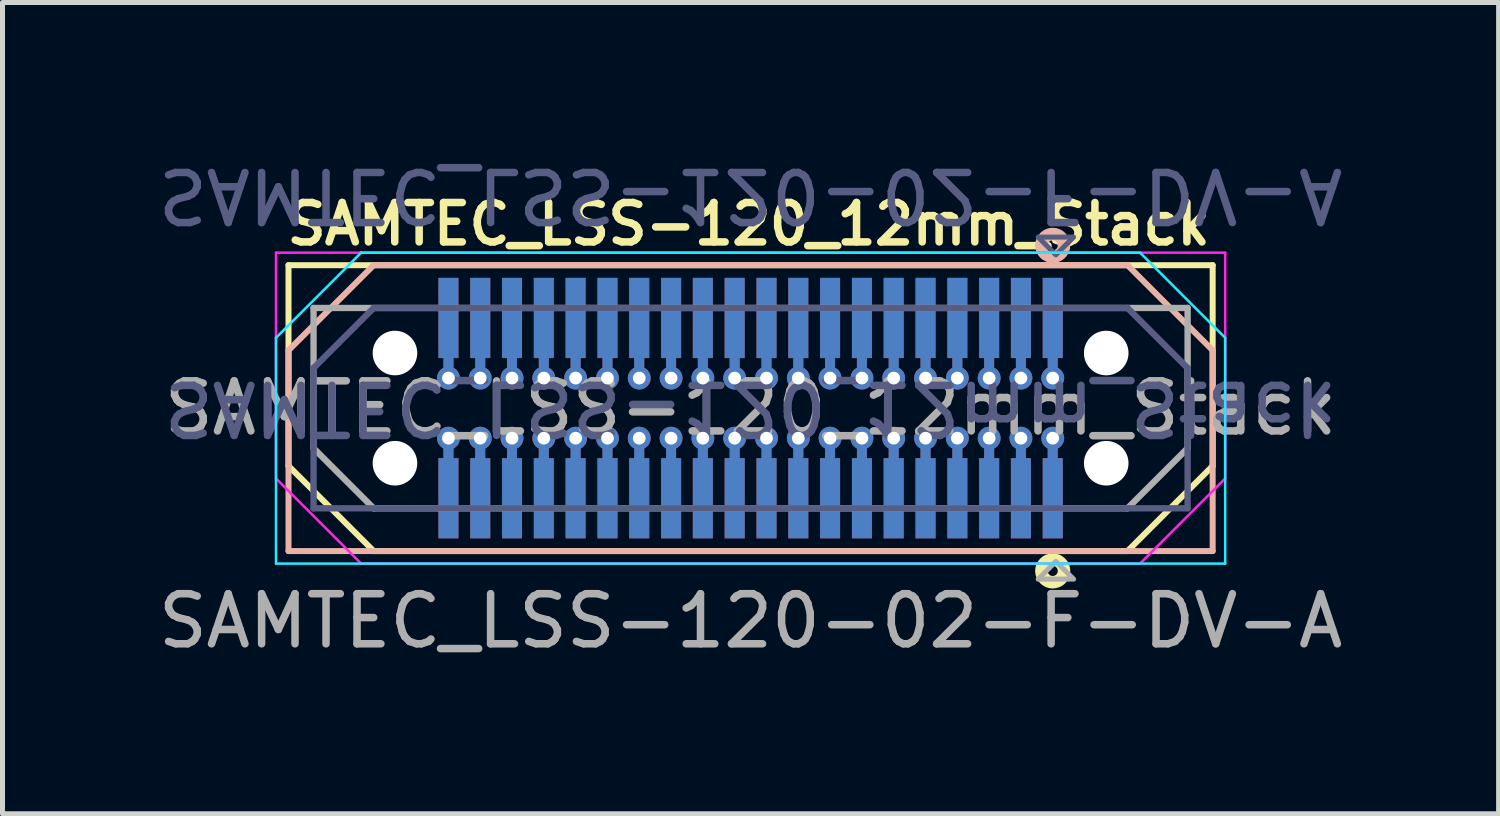
<source format=kicad_pcb>
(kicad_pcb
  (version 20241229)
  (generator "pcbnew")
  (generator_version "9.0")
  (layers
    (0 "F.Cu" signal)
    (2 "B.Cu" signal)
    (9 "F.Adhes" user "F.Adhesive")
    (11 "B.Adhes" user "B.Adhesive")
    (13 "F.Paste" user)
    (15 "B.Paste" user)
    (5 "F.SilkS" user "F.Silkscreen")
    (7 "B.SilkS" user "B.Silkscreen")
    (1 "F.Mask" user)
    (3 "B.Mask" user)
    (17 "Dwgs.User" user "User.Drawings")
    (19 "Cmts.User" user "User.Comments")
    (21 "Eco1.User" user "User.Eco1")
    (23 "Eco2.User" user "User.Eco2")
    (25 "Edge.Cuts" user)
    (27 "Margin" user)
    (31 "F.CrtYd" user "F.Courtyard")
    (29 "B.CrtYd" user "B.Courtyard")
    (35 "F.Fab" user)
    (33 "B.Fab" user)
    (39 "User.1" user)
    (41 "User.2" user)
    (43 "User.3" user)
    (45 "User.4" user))
  (footprint "SAMTEC_LSS-120_12mm_Stack"
    (layer "F.Cu")
    (at 11.935 5.098)
    (property "Reference" "SAMTEC_LSS-120_12mm_Stack" (at -0.04 -3.675 0) (layer "F.SilkS") (effects (font (size 0.787 0.787) (thickness 0.15))))
    (attr smd)
    (fp_line (start -9.225 -2.854) (end 9.225 -2.854) (stroke (width 0.12) (type solid)) (layer "F.SilkS"))
    (fp_line (start -9.225 1.154) (end -9.225 -2.854) (stroke (width 0.12) (type solid)) (layer "F.SilkS"))
    (fp_line (start -7.525 2.854) (end -9.225 1.154) (stroke (width 0.12) (type solid)) (layer "F.SilkS"))
    (fp_line (start 7.525 2.854) (end -7.525 2.854) (stroke (width 0.12) (type solid)) (layer "F.SilkS"))
    (fp_line (start 9.225 -2.854) (end 9.225 1.154) (stroke (width 0.12) (type solid)) (layer "F.SilkS"))
    (fp_line (start 9.225 1.154) (end 7.525 2.854) (stroke (width 0.12) (type solid)) (layer "F.SilkS"))
    (fp_circle (center 6.032 3.25) (end 6.133 3.25) (stroke (width 0.25) (type solid)) (fill no) (layer "F.SilkS"))
    (fp_line (start -9.225 -1.154) (end -9.225 2.854) (stroke (width 0.12) (type solid)) (layer "B.SilkS"))
    (fp_line (start -9.225 2.854) (end 9.225 2.854) (stroke (width 0.12) (type solid)) (layer "B.SilkS"))
    (fp_line (start -7.525 -2.854) (end -9.225 -1.154) (stroke (width 0.12) (type solid)) (layer "B.SilkS"))
    (fp_line (start 7.525 -2.854) (end -7.525 -2.854) (stroke (width 0.12) (type solid)) (layer "B.SilkS"))
    (fp_line (start 9.225 -1.154) (end 7.525 -2.854) (stroke (width 0.12) (type solid)) (layer "B.SilkS"))
    (fp_line (start 9.225 2.854) (end 9.225 -1.154) (stroke (width 0.12) (type solid)) (layer "B.SilkS"))
    (fp_circle (center 6.032 -3.25) (end 6.133 -3.25) (stroke (width 0.25) (type solid)) (fill no) (layer "B.SilkS"))
    (fp_line (start -9.475 -1.404) (end -9.475 3.104) (stroke (width 0.05) (type solid)) (layer "B.CrtYd"))
    (fp_line (start -9.475 3.104) (end 9.475 3.104) (stroke (width 0.05) (type solid)) (layer "B.CrtYd"))
    (fp_line (start -7.775 -3.104) (end -9.475 -1.404) (stroke (width 0.05) (type solid)) (layer "B.CrtYd"))
    (fp_line (start 7.775 -3.104) (end -7.775 -3.104) (stroke (width 0.05) (type solid)) (layer "B.CrtYd"))
    (fp_line (start 7.775 -3.104) (end 9.475 -1.404) (stroke (width 0.05) (type solid)) (layer "B.CrtYd"))
    (fp_line (start 9.475 -1.404) (end 9.475 3.104) (stroke (width 0.05) (type solid)) (layer "B.CrtYd"))
    (fp_line (start -9.475 -3.104) (end 9.475 -3.104) (stroke (width 0.05) (type solid)) (layer "F.CrtYd"))
    (fp_line (start -9.475 1.404) (end -9.475 -3.104) (stroke (width 0.05) (type solid)) (layer "F.CrtYd"))
    (fp_line (start -7.775 3.104) (end -9.475 1.404) (stroke (width 0.05) (type solid)) (layer "F.CrtYd"))
    (fp_line (start 7.775 3.104) (end -7.775 3.104) (stroke (width 0.05) (type solid)) (layer "F.CrtYd"))
    (fp_line (start 7.775 3.104) (end 9.475 1.404) (stroke (width 0.05) (type solid)) (layer "F.CrtYd"))
    (fp_line (start 9.475 1.404) (end 9.475 -3.104) (stroke (width 0.05) (type solid)) (layer "F.CrtYd"))
    (fp_line (start -8.725 -0.8) (end -8.725 2) (stroke (width 0.127) (type solid)) (layer "B.Fab"))
    (fp_line (start -8.725 2) (end 8.725 2) (stroke (width 0.127) (type solid)) (layer "B.Fab"))
    (fp_line (start -7.525 -2) (end -8.725 -0.8) (stroke (width 0.127) (type solid)) (layer "B.Fab"))
    (fp_line (start 7.525 -2) (end -7.525 -2) (stroke (width 0.127) (type solid)) (layer "B.Fab"))
    (fp_line (start 8.725 -0.8) (end 7.525 -2) (stroke (width 0.127) (type solid)) (layer "B.Fab"))
    (fp_line (start 8.725 2) (end 8.725 -0.8) (stroke (width 0.127) (type solid)) (layer "B.Fab"))
    (fp_poly (pts (xy 5.741 -3.414) (xy 6.095 -3.06) (xy 6.449 -3.414)) (stroke (width 0.1) (type solid)) (fill no) (layer "B.Fab"))
    (fp_line (start -8.725 -2) (end 8.725 -2) (stroke (width 0.127) (type solid)) (layer "F.Fab"))
    (fp_line (start -8.725 0.8) (end -8.725 -2) (stroke (width 0.127) (type solid)) (layer "F.Fab"))
    (fp_line (start -7.525 2) (end -8.725 0.8) (stroke (width 0.127) (type solid)) (layer "F.Fab"))
    (fp_line (start 7.525 2) (end -7.525 2) (stroke (width 0.127) (type solid)) (layer "F.Fab"))
    (fp_line (start 8.725 -2) (end 8.725 0.8) (stroke (width 0.127) (type solid)) (layer "F.Fab"))
    (fp_line (start 8.725 0.8) (end 7.525 2) (stroke (width 0.127) (type solid)) (layer "F.Fab"))
    (fp_poly (pts (xy 5.741 3.414) (xy 6.095 3.06) (xy 6.449 3.414)) (stroke (width 0.1) (type solid)) (fill no) (layer "F.Fab"))
    (fp_text user "SAMTEC_LSS-120-02-F-DV-A" (at 0 -4.25 180) (unlocked yes) (layer "B.Fab") (effects (font (size 1 1) (thickness 0.15)) (justify mirror)))
    (fp_text user "${REFERENCE}" (at 0 0 180) (unlocked yes) (layer "B.Fab") (effects (font (size 1 1) (thickness 0.15)) (justify mirror)))
    (fp_text user "SAMTEC_LSS-120-02-F-DV-A" (at 0 4.25 0) (unlocked yes) (layer "F.Fab") (effects (font (size 1 1) (thickness 0.15))))
    (fp_text user "${REFERENCE}" (at 0 0 0) (unlocked yes) (layer "F.Fab") (effects (font (size 1 1) (thickness 0.15))))
    (pad "" np_thru_hole circle (at -7.1 -1.1) (size 0.89 0.89) (drill 0.89) (layers "*.Cu" "*.Mask"))
    (pad "" np_thru_hole circle (at -7.1 1.1 180) (size 0.89 0.89) (drill 0.89) (layers "*.Cu" "*.Mask"))
    (pad "" np_thru_hole circle (at 7.1 -1.1) (size 0.89 0.89) (drill 0.89) (layers "*.Cu" "*.Mask"))
    (pad "" np_thru_hole circle (at 7.1 1.1 180) (size 0.89 0.89) (drill 0.89) (layers "*.Cu" "*.Mask"))
    (pad "1" thru_hole circle (at 6.032 0.6 180) (size 0.457 0.457) (drill 0.254) (layers "*.Cu" "*.Mask"))
    (pad "1" smd custom (at 6.032 1.8) (size 0.4 1.6) (layers "F.Cu" "F.Mask" "F.Paste") (options (anchor rect)) (primitives (gr_line (start 0 -1.2) (end 0 0) (width 0.2))))
    (pad "1" smd custom (at 6.032 1.8 180) (size 0.4 1.6) (layers "B.Cu" "B.Mask" "B.Paste") (options (anchor rect)) (primitives (gr_line (start 0 1.2) (end 0 0) (width 0.2))))
    (pad "2" smd custom (at 6.032 -1.8) (size 0.4 1.6) (layers "F.Cu" "F.Mask" "F.Paste") (options (anchor rect)) (primitives (gr_line (start 0 0) (end 0 1.2) (width 0.2))))
    (pad "2" smd custom (at 6.032 -1.8 180) (size 0.4 1.6) (layers "B.Cu" "B.Mask" "B.Paste") (options (anchor rect)) (primitives (gr_line (start 0 0) (end 0 -1.2) (width 0.2))))
    (pad "2" thru_hole circle (at 6.032 -0.6 180) (size 0.457 0.457) (drill 0.254) (layers "*.Cu" "*.Mask"))
    (pad "3" thru_hole circle (at 5.397 0.6 180) (size 0.457 0.457) (drill 0.254) (layers "*.Cu" "*.Mask"))
    (pad "3" smd custom (at 5.397 1.8) (size 0.4 1.6) (layers "F.Cu" "F.Mask" "F.Paste") (options (anchor rect)) (primitives (gr_line (start 0 -1.2) (end 0 0) (width 0.2))))
    (pad "3" smd custom (at 5.397 1.8 180) (size 0.4 1.6) (layers "B.Cu" "B.Mask" "B.Paste") (options (anchor rect)) (primitives (gr_line (start 0 1.2) (end 0 0) (width 0.2))))
    (pad "4" smd custom (at 5.397 -1.8) (size 0.4 1.6) (layers "F.Cu" "F.Mask" "F.Paste") (options (anchor rect)) (primitives (gr_line (start 0 0) (end 0 1.2) (width 0.2))))
    (pad "4" smd custom (at 5.397 -1.8 180) (size 0.4 1.6) (layers "B.Cu" "B.Mask" "B.Paste") (options (anchor rect)) (primitives (gr_line (start 0 0) (end 0 -1.2) (width 0.2))))
    (pad "4" thru_hole circle (at 5.397 -0.6 180) (size 0.457 0.457) (drill 0.254) (layers "*.Cu" "*.Mask"))
    (pad "5" thru_hole circle (at 4.763 0.6 180) (size 0.457 0.457) (drill 0.254) (layers "*.Cu" "*.Mask"))
    (pad "5" smd custom (at 4.763 1.8) (size 0.4 1.6) (layers "F.Cu" "F.Mask" "F.Paste") (options (anchor rect)) (primitives (gr_line (start 0 -1.2) (end 0 0) (width 0.2))))
    (pad "5" smd custom (at 4.763 1.8 180) (size 0.4 1.6) (layers "B.Cu" "B.Mask" "B.Paste") (options (anchor rect)) (primitives (gr_line (start 0 1.2) (end 0 0) (width 0.2))))
    (pad "6" smd custom (at 4.763 -1.8) (size 0.4 1.6) (layers "F.Cu" "F.Mask" "F.Paste") (options (anchor rect)) (primitives (gr_line (start 0 0) (end 0 1.2) (width 0.2))))
    (pad "6" smd custom (at 4.763 -1.8 180) (size 0.4 1.6) (layers "B.Cu" "B.Mask" "B.Paste") (options (anchor rect)) (primitives (gr_line (start 0 0) (end 0 -1.2) (width 0.2))))
    (pad "6" thru_hole circle (at 4.763 -0.6 180) (size 0.457 0.457) (drill 0.254) (layers "*.Cu" "*.Mask"))
    (pad "7" thru_hole circle (at 4.128 0.6 180) (size 0.457 0.457) (drill 0.254) (layers "*.Cu" "*.Mask"))
    (pad "7" smd custom (at 4.128 1.8) (size 0.4 1.6) (layers "F.Cu" "F.Mask" "F.Paste") (options (anchor rect)) (primitives (gr_line (start 0 -1.2) (end 0 0) (width 0.2))))
    (pad "7" smd custom (at 4.128 1.8 180) (size 0.4 1.6) (layers "B.Cu" "B.Mask" "B.Paste") (options (anchor rect)) (primitives (gr_line (start 0 1.2) (end 0 0) (width 0.2))))
    (pad "8" smd custom (at 4.128 -1.8) (size 0.4 1.6) (layers "F.Cu" "F.Mask" "F.Paste") (options (anchor rect)) (primitives (gr_line (start 0 0) (end 0 1.2) (width 0.2))))
    (pad "8" smd custom (at 4.128 -1.8 180) (size 0.4 1.6) (layers "B.Cu" "B.Mask" "B.Paste") (options (anchor rect)) (primitives (gr_line (start 0 0) (end 0 -1.2) (width 0.2))))
    (pad "8" thru_hole circle (at 4.128 -0.6 180) (size 0.457 0.457) (drill 0.254) (layers "*.Cu" "*.Mask"))
    (pad "9" thru_hole circle (at 3.493 0.6 180) (size 0.457 0.457) (drill 0.254) (layers "*.Cu" "*.Mask"))
    (pad "9" smd custom (at 3.493 1.8) (size 0.4 1.6) (layers "F.Cu" "F.Mask" "F.Paste") (options (anchor rect)) (primitives (gr_line (start 0 -1.2) (end 0 0) (width 0.2))))
    (pad "9" smd custom (at 3.493 1.8 180) (size 0.4 1.6) (layers "B.Cu" "B.Mask" "B.Paste") (options (anchor rect)) (primitives (gr_line (start 0 1.2) (end 0 0) (width 0.2))))
    (pad "10" smd custom (at 3.493 -1.8) (size 0.4 1.6) (layers "F.Cu" "F.Mask" "F.Paste") (options (anchor rect)) (primitives (gr_line (start 0 0) (end 0 1.2) (width 0.2))))
    (pad "10" smd custom (at 3.493 -1.8 180) (size 0.4 1.6) (layers "B.Cu" "B.Mask" "B.Paste") (options (anchor rect)) (primitives (gr_line (start 0 0) (end 0 -1.2) (width 0.2))))
    (pad "10" thru_hole circle (at 3.493 -0.6 180) (size 0.457 0.457) (drill 0.254) (layers "*.Cu" "*.Mask"))
    (pad "11" thru_hole circle (at 2.857 0.6 180) (size 0.457 0.457) (drill 0.254) (layers "*.Cu" "*.Mask"))
    (pad "11" smd custom (at 2.857 1.8) (size 0.4 1.6) (layers "F.Cu" "F.Mask" "F.Paste") (options (anchor rect)) (primitives (gr_line (start 0 -1.2) (end 0 0) (width 0.2))))
    (pad "11" smd custom (at 2.857 1.8 180) (size 0.4 1.6) (layers "B.Cu" "B.Mask" "B.Paste") (options (anchor rect)) (primitives (gr_line (start 0 1.2) (end 0 0) (width 0.2))))
    (pad "12" smd custom (at 2.857 -1.8) (size 0.4 1.6) (layers "F.Cu" "F.Mask" "F.Paste") (options (anchor rect)) (primitives (gr_line (start 0 0) (end 0 1.2) (width 0.2))))
    (pad "12" smd custom (at 2.857 -1.8 180) (size 0.4 1.6) (layers "B.Cu" "B.Mask" "B.Paste") (options (anchor rect)) (primitives (gr_line (start 0 0) (end 0 -1.2) (width 0.2))))
    (pad "12" thru_hole circle (at 2.857 -0.6 180) (size 0.457 0.457) (drill 0.254) (layers "*.Cu" "*.Mask"))
    (pad "13" thru_hole circle (at 2.223 0.6 180) (size 0.457 0.457) (drill 0.254) (layers "*.Cu" "*.Mask"))
    (pad "13" smd custom (at 2.223 1.8) (size 0.4 1.6) (layers "F.Cu" "F.Mask" "F.Paste") (options (anchor rect)) (primitives (gr_line (start 0 -1.2) (end 0 0) (width 0.2))))
    (pad "13" smd custom (at 2.223 1.8 180) (size 0.4 1.6) (layers "B.Cu" "B.Mask" "B.Paste") (options (anchor rect)) (primitives (gr_line (start 0 1.2) (end 0 0) (width 0.2))))
    (pad "14" smd custom (at 2.223 -1.8) (size 0.4 1.6) (layers "F.Cu" "F.Mask" "F.Paste") (options (anchor rect)) (primitives (gr_line (start 0 0) (end 0 1.2) (width 0.2))))
    (pad "14" smd custom (at 2.223 -1.8 180) (size 0.4 1.6) (layers "B.Cu" "B.Mask" "B.Paste") (options (anchor rect)) (primitives (gr_line (start 0 0) (end 0 -1.2) (width 0.2))))
    (pad "14" thru_hole circle (at 2.223 -0.6 180) (size 0.457 0.457) (drill 0.254) (layers "*.Cu" "*.Mask"))
    (pad "15" thru_hole circle (at 1.587 0.6 180) (size 0.457 0.457) (drill 0.254) (layers "*.Cu" "*.Mask"))
    (pad "15" smd custom (at 1.587 1.8) (size 0.4 1.6) (layers "F.Cu" "F.Mask" "F.Paste") (options (anchor rect)) (primitives (gr_line (start 0 -1.2) (end 0 0) (width 0.2))))
    (pad "15" smd custom (at 1.587 1.8 180) (size 0.4 1.6) (layers "B.Cu" "B.Mask" "B.Paste") (options (anchor rect)) (primitives (gr_line (start 0 1.2) (end 0 0) (width 0.2))))
    (pad "16" smd custom (at 1.587 -1.8) (size 0.4 1.6) (layers "F.Cu" "F.Mask" "F.Paste") (options (anchor rect)) (primitives (gr_line (start 0 0) (end 0 1.2) (width 0.2))))
    (pad "16" smd custom (at 1.587 -1.8 180) (size 0.4 1.6) (layers "B.Cu" "B.Mask" "B.Paste") (options (anchor rect)) (primitives (gr_line (start 0 0) (end 0 -1.2) (width 0.2))))
    (pad "16" thru_hole circle (at 1.587 -0.6 180) (size 0.457 0.457) (drill 0.254) (layers "*.Cu" "*.Mask"))
    (pad "17" thru_hole circle (at 0.953 0.6 180) (size 0.457 0.457) (drill 0.254) (layers "*.Cu" "*.Mask"))
    (pad "17" smd custom (at 0.953 1.8) (size 0.4 1.6) (layers "F.Cu" "F.Mask" "F.Paste") (options (anchor rect)) (primitives (gr_line (start 0 -1.2) (end 0 0) (width 0.2))))
    (pad "17" smd custom (at 0.953 1.8 180) (size 0.4 1.6) (layers "B.Cu" "B.Mask" "B.Paste") (options (anchor rect)) (primitives (gr_line (start 0 1.2) (end 0 0) (width 0.2))))
    (pad "18" smd custom (at 0.953 -1.8) (size 0.4 1.6) (layers "F.Cu" "F.Mask" "F.Paste") (options (anchor rect)) (primitives (gr_line (start 0 0) (end 0 1.2) (width 0.2))))
    (pad "18" smd custom (at 0.953 -1.8 180) (size 0.4 1.6) (layers "B.Cu" "B.Mask" "B.Paste") (options (anchor rect)) (primitives (gr_line (start 0 0) (end 0 -1.2) (width 0.2))))
    (pad "18" thru_hole circle (at 0.953 -0.6 180) (size 0.457 0.457) (drill 0.254) (layers "*.Cu" "*.Mask"))
    (pad "19" thru_hole circle (at 0.318 0.6 180) (size 0.457 0.457) (drill 0.254) (layers "*.Cu" "*.Mask"))
    (pad "19" smd custom (at 0.318 1.8) (size 0.4 1.6) (layers "F.Cu" "F.Mask" "F.Paste") (options (anchor rect)) (primitives (gr_line (start 0 -1.2) (end 0 0) (width 0.2))))
    (pad "19" smd custom (at 0.318 1.8 180) (size 0.4 1.6) (layers "B.Cu" "B.Mask" "B.Paste") (options (anchor rect)) (primitives (gr_line (start 0 1.2) (end 0 0) (width 0.2))))
    (pad "20" smd custom (at 0.318 -1.8) (size 0.4 1.6) (layers "F.Cu" "F.Mask" "F.Paste") (options (anchor rect)) (primitives (gr_line (start 0 0) (end 0 1.2) (width 0.2))))
    (pad "20" smd custom (at 0.318 -1.8 180) (size 0.4 1.6) (layers "B.Cu" "B.Mask" "B.Paste") (options (anchor rect)) (primitives (gr_line (start 0 0) (end 0 -1.2) (width 0.2))))
    (pad "20" thru_hole circle (at 0.318 -0.6 180) (size 0.457 0.457) (drill 0.254) (layers "*.Cu" "*.Mask"))
    (pad "21" thru_hole circle (at -0.318 0.6 180) (size 0.457 0.457) (drill 0.254) (layers "*.Cu" "*.Mask"))
    (pad "21" smd custom (at -0.318 1.8) (size 0.4 1.6) (layers "F.Cu" "F.Mask" "F.Paste") (options (anchor rect)) (primitives (gr_line (start 0 -1.2) (end 0 0) (width 0.2))))
    (pad "21" smd custom (at -0.318 1.8 180) (size 0.4 1.6) (layers "B.Cu" "B.Mask" "B.Paste") (options (anchor rect)) (primitives (gr_line (start 0 1.2) (end 0 0) (width 0.2))))
    (pad "22" smd custom (at -0.318 -1.8) (size 0.4 1.6) (layers "F.Cu" "F.Mask" "F.Paste") (options (anchor rect)) (primitives (gr_line (start 0 0) (end 0 1.2) (width 0.2))))
    (pad "22" smd custom (at -0.318 -1.8 180) (size 0.4 1.6) (layers "B.Cu" "B.Mask" "B.Paste") (options (anchor rect)) (primitives (gr_line (start 0 0) (end 0 -1.2) (width 0.2))))
    (pad "22" thru_hole circle (at -0.318 -0.6 180) (size 0.457 0.457) (drill 0.254) (layers "*.Cu" "*.Mask"))
    (pad "23" thru_hole circle (at -0.953 0.6 180) (size 0.457 0.457) (drill 0.254) (layers "*.Cu" "*.Mask"))
    (pad "23" smd custom (at -0.953 1.8) (size 0.4 1.6) (layers "F.Cu" "F.Mask" "F.Paste") (options (anchor rect)) (primitives (gr_line (start 0 -1.2) (end 0 0) (width 0.2))))
    (pad "23" smd custom (at -0.953 1.8 180) (size 0.4 1.6) (layers "B.Cu" "B.Mask" "B.Paste") (options (anchor rect)) (primitives (gr_line (start 0 1.2) (end 0 0) (width 0.2))))
    (pad "24" smd custom (at -0.953 -1.8) (size 0.4 1.6) (layers "F.Cu" "F.Mask" "F.Paste") (options (anchor rect)) (primitives (gr_line (start 0 0) (end 0 1.2) (width 0.2))))
    (pad "24" smd custom (at -0.953 -1.8 180) (size 0.4 1.6) (layers "B.Cu" "B.Mask" "B.Paste") (options (anchor rect)) (primitives (gr_line (start 0 0) (end 0 -1.2) (width 0.2))))
    (pad "24" thru_hole circle (at -0.953 -0.6 180) (size 0.457 0.457) (drill 0.254) (layers "*.Cu" "*.Mask"))
    (pad "25" thru_hole circle (at -1.587 0.6 180) (size 0.457 0.457) (drill 0.254) (layers "*.Cu" "*.Mask"))
    (pad "25" smd custom (at -1.587 1.8) (size 0.4 1.6) (layers "F.Cu" "F.Mask" "F.Paste") (options (anchor rect)) (primitives (gr_line (start 0 -1.2) (end 0 0) (width 0.2))))
    (pad "25" smd custom (at -1.587 1.8 180) (size 0.4 1.6) (layers "B.Cu" "B.Mask" "B.Paste") (options (anchor rect)) (primitives (gr_line (start 0 1.2) (end 0 0) (width 0.2))))
    (pad "26" smd custom (at -1.587 -1.8) (size 0.4 1.6) (layers "F.Cu" "F.Mask" "F.Paste") (options (anchor rect)) (primitives (gr_line (start 0 0) (end 0 1.2) (width 0.2))))
    (pad "26" smd custom (at -1.587 -1.8 180) (size 0.4 1.6) (layers "B.Cu" "B.Mask" "B.Paste") (options (anchor rect)) (primitives (gr_line (start 0 0) (end 0 -1.2) (width 0.2))))
    (pad "26" thru_hole circle (at -1.587 -0.6 180) (size 0.457 0.457) (drill 0.254) (layers "*.Cu" "*.Mask"))
    (pad "27" thru_hole circle (at -2.223 0.6 180) (size 0.457 0.457) (drill 0.254) (layers "*.Cu" "*.Mask"))
    (pad "27" smd custom (at -2.223 1.8) (size 0.4 1.6) (layers "F.Cu" "F.Mask" "F.Paste") (options (anchor rect)) (primitives (gr_line (start 0 -1.2) (end 0 0) (width 0.2))))
    (pad "27" smd custom (at -2.223 1.8 180) (size 0.4 1.6) (layers "B.Cu" "B.Mask" "B.Paste") (options (anchor rect)) (primitives (gr_line (start 0 1.2) (end 0 0) (width 0.2))))
    (pad "28" smd custom (at -2.223 -1.8) (size 0.4 1.6) (layers "F.Cu" "F.Mask" "F.Paste") (options (anchor rect)) (primitives (gr_line (start 0 0) (end 0 1.2) (width 0.2))))
    (pad "28" smd custom (at -2.223 -1.8 180) (size 0.4 1.6) (layers "B.Cu" "B.Mask" "B.Paste") (options (anchor rect)) (primitives (gr_line (start 0 0) (end 0 -1.2) (width 0.2))))
    (pad "28" thru_hole circle (at -2.223 -0.6 180) (size 0.457 0.457) (drill 0.254) (layers "*.Cu" "*.Mask"))
    (pad "29" thru_hole circle (at -2.857 0.6 180) (size 0.457 0.457) (drill 0.254) (layers "*.Cu" "*.Mask"))
    (pad "29" smd custom (at -2.857 1.8) (size 0.4 1.6) (layers "F.Cu" "F.Mask" "F.Paste") (options (anchor rect)) (primitives (gr_line (start 0 -1.2) (end 0 0) (width 0.2))))
    (pad "29" smd custom (at -2.857 1.8 180) (size 0.4 1.6) (layers "B.Cu" "B.Mask" "B.Paste") (options (anchor rect)) (primitives (gr_line (start 0 1.2) (end 0 0) (width 0.2))))
    (pad "30" smd custom (at -2.857 -1.8) (size 0.4 1.6) (layers "F.Cu" "F.Mask" "F.Paste") (options (anchor rect)) (primitives (gr_line (start 0 0) (end 0 1.2) (width 0.2))))
    (pad "30" smd custom (at -2.857 -1.8 180) (size 0.4 1.6) (layers "B.Cu" "B.Mask" "B.Paste") (options (anchor rect)) (primitives (gr_line (start 0 0) (end 0 -1.2) (width 0.2))))
    (pad "30" thru_hole circle (at -2.857 -0.6 180) (size 0.457 0.457) (drill 0.254) (layers "*.Cu" "*.Mask"))
    (pad "31" thru_hole circle (at -3.493 0.6 180) (size 0.457 0.457) (drill 0.254) (layers "*.Cu" "*.Mask"))
    (pad "31" smd custom (at -3.493 1.8) (size 0.4 1.6) (layers "F.Cu" "F.Mask" "F.Paste") (options (anchor rect)) (primitives (gr_line (start 0 -1.2) (end 0 0) (width 0.2))))
    (pad "31" smd custom (at -3.493 1.8 180) (size 0.4 1.6) (layers "B.Cu" "B.Mask" "B.Paste") (options (anchor rect)) (primitives (gr_line (start 0 1.2) (end 0 0) (width 0.2))))
    (pad "32" smd custom (at -3.493 -1.8) (size 0.4 1.6) (layers "F.Cu" "F.Mask" "F.Paste") (options (anchor rect)) (primitives (gr_line (start 0 0) (end 0 1.2) (width 0.2))))
    (pad "32" smd custom (at -3.493 -1.8 180) (size 0.4 1.6) (layers "B.Cu" "B.Mask" "B.Paste") (options (anchor rect)) (primitives (gr_line (start 0 0) (end 0 -1.2) (width 0.2))))
    (pad "32" thru_hole circle (at -3.493 -0.6 180) (size 0.457 0.457) (drill 0.254) (layers "*.Cu" "*.Mask"))
    (pad "33" thru_hole circle (at -4.128 0.6 180) (size 0.457 0.457) (drill 0.254) (layers "*.Cu" "*.Mask"))
    (pad "33" smd custom (at -4.128 1.8) (size 0.4 1.6) (layers "F.Cu" "F.Mask" "F.Paste") (options (anchor rect)) (primitives (gr_line (start 0 -1.2) (end 0 0) (width 0.2))))
    (pad "33" smd custom (at -4.128 1.8 180) (size 0.4 1.6) (layers "B.Cu" "B.Mask" "B.Paste") (options (anchor rect)) (primitives (gr_line (start 0 1.2) (end 0 0) (width 0.2))))
    (pad "34" smd custom (at -4.128 -1.8) (size 0.4 1.6) (layers "F.Cu" "F.Mask" "F.Paste") (options (anchor rect)) (primitives (gr_line (start 0 0) (end 0 1.2) (width 0.2))))
    (pad "34" smd custom (at -4.128 -1.8 180) (size 0.4 1.6) (layers "B.Cu" "B.Mask" "B.Paste") (options (anchor rect)) (primitives (gr_line (start 0 0) (end 0 -1.2) (width 0.2))))
    (pad "34" thru_hole circle (at -4.128 -0.6 180) (size 0.457 0.457) (drill 0.254) (layers "*.Cu" "*.Mask"))
    (pad "35" thru_hole circle (at -4.763 0.6 180) (size 0.457 0.457) (drill 0.254) (layers "*.Cu" "*.Mask"))
    (pad "35" smd custom (at -4.763 1.8) (size 0.4 1.6) (layers "F.Cu" "F.Mask" "F.Paste") (options (anchor rect)) (primitives (gr_line (start 0 -1.2) (end 0 0) (width 0.2))))
    (pad "35" smd custom (at -4.763 1.8 180) (size 0.4 1.6) (layers "B.Cu" "B.Mask" "B.Paste") (options (anchor rect)) (primitives (gr_line (start 0 1.2) (end 0 0) (width 0.2))))
    (pad "36" smd custom (at -4.763 -1.8) (size 0.4 1.6) (layers "F.Cu" "F.Mask" "F.Paste") (options (anchor rect)) (primitives (gr_line (start 0 0) (end 0 1.2) (width 0.2))))
    (pad "36" smd custom (at -4.763 -1.8 180) (size 0.4 1.6) (layers "B.Cu" "B.Mask" "B.Paste") (options (anchor rect)) (primitives (gr_line (start 0 0) (end 0 -1.2) (width 0.2))))
    (pad "36" thru_hole circle (at -4.763 -0.6 180) (size 0.457 0.457) (drill 0.254) (layers "*.Cu" "*.Mask"))
    (pad "37" thru_hole circle (at -5.397 0.6 180) (size 0.457 0.457) (drill 0.254) (layers "*.Cu" "*.Mask"))
    (pad "37" smd custom (at -5.397 1.8) (size 0.4 1.6) (layers "F.Cu" "F.Mask" "F.Paste") (options (anchor rect)) (primitives (gr_line (start 0 -1.2) (end 0 0) (width 0.2))))
    (pad "37" smd custom (at -5.397 1.8 180) (size 0.4 1.6) (layers "B.Cu" "B.Mask" "B.Paste") (options (anchor rect)) (primitives (gr_line (start 0 1.2) (end 0 0) (width 0.2))))
    (pad "38" smd custom (at -5.397 -1.8) (size 0.4 1.6) (layers "F.Cu" "F.Mask" "F.Paste") (options (anchor rect)) (primitives (gr_line (start 0 0) (end 0 1.2) (width 0.2))))
    (pad "38" smd custom (at -5.397 -1.8 180) (size 0.4 1.6) (layers "B.Cu" "B.Mask" "B.Paste") (options (anchor rect)) (primitives (gr_line (start 0 0) (end 0 -1.2) (width 0.2))))
    (pad "38" thru_hole circle (at -5.397 -0.6 180) (size 0.457 0.457) (drill 0.254) (layers "*.Cu" "*.Mask"))
    (pad "39" thru_hole circle (at -6.032 0.6 180) (size 0.457 0.457) (drill 0.254) (layers "*.Cu" "*.Mask"))
    (pad "39" smd custom (at -6.032 1.8) (size 0.4 1.6) (layers "F.Cu" "F.Mask" "F.Paste") (options (anchor rect)) (primitives (gr_line (start 0 -1.2) (end 0 0) (width 0.2))))
    (pad "39" smd custom (at -6.032 1.8 180) (size 0.4 1.6) (layers "B.Cu" "B.Mask" "B.Paste") (options (anchor rect)) (primitives (gr_line (start 0 1.2) (end 0 0) (width 0.2))))
    (pad "40" smd custom (at -6.032 -1.8) (size 0.4 1.6) (layers "F.Cu" "F.Mask" "F.Paste") (options (anchor rect)) (primitives (gr_line (start 0 0) (end 0 1.2) (width 0.2))))
    (pad "40" smd custom (at -6.032 -1.8 180) (size 0.4 1.6) (layers "B.Cu" "B.Mask" "B.Paste") (options (anchor rect)) (primitives (gr_line (start 0 0) (end 0 -1.2) (width 0.2))))
    (pad "40" thru_hole circle (at -6.032 -0.6 180) (size 0.457 0.457) (drill 0.254) (layers "*.Cu" "*.Mask")))
  (gr_rect
    (start -3 -3)
    (end 26.869 13.197)
    (stroke (width 0.1) (type default))
    (fill no)
    (layer "Edge.Cuts")))
</source>
